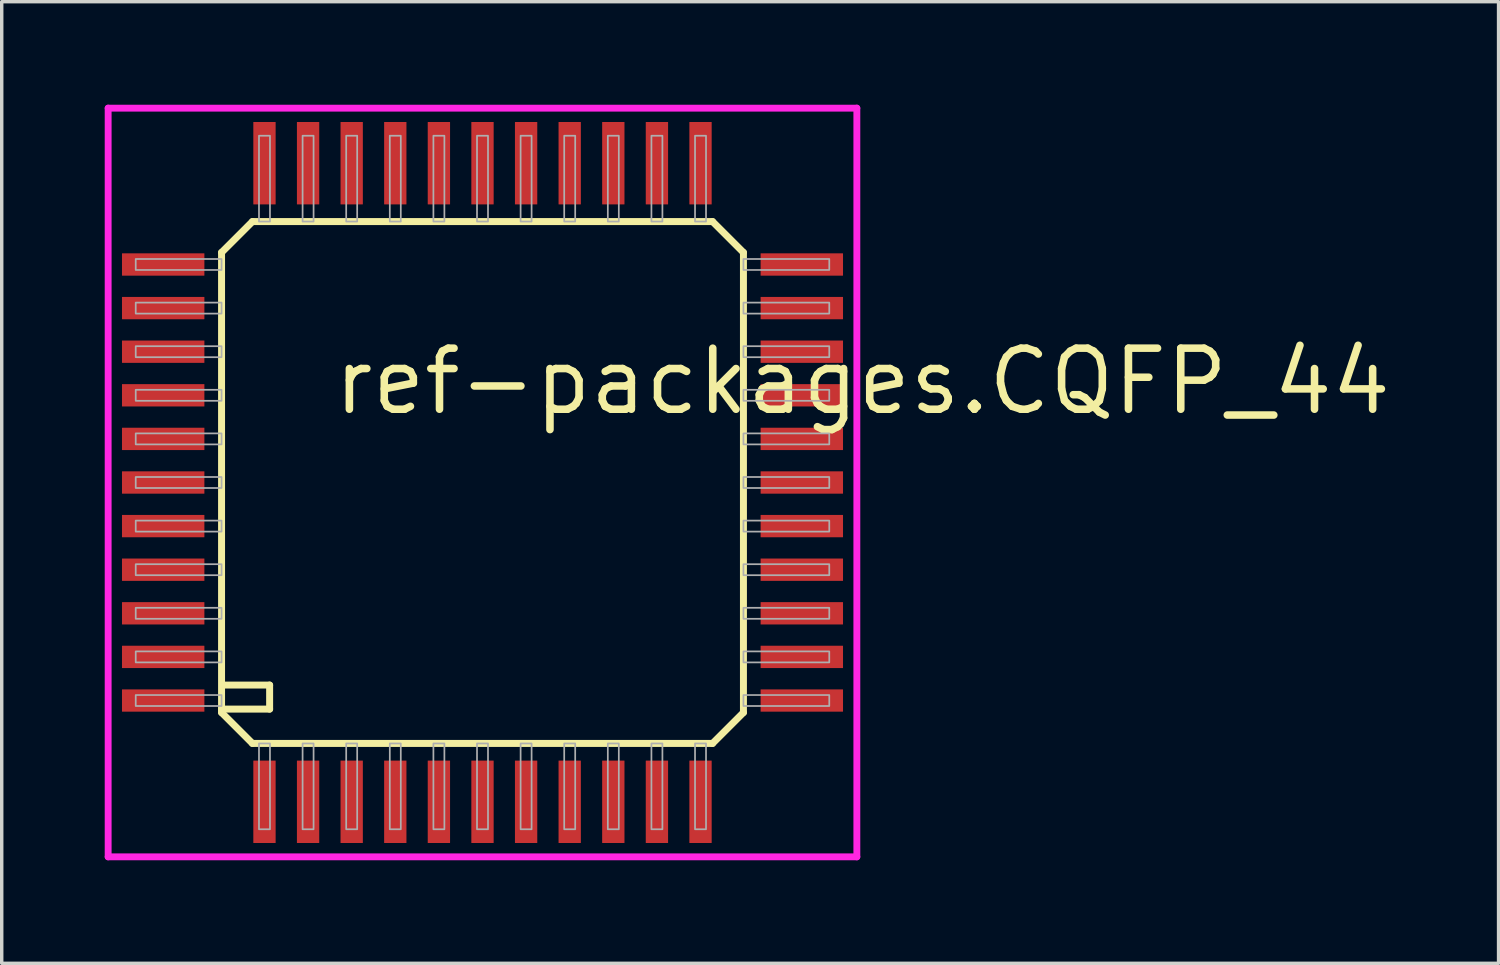
<source format=kicad_pcb>
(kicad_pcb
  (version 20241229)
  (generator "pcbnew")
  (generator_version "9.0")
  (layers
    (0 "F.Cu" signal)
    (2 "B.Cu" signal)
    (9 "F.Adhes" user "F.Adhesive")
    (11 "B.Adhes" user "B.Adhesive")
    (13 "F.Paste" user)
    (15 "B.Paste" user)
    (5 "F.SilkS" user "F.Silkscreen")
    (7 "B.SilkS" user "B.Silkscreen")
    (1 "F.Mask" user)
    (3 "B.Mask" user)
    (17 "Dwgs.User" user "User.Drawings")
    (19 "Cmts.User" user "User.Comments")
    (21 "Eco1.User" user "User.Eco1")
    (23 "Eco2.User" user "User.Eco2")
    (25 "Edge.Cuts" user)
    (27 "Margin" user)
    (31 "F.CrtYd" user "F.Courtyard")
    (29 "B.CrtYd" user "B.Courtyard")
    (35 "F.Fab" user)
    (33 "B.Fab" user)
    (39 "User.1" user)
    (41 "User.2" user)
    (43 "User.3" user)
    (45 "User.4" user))
  (footprint "ref-packages.CQFP_44"
    (layer "F.Cu")
    (at 11.003 11.003)
    (property "Reference" "ref-packages.CQFP_44" (at -4.445 -1.905 0) (layer "F.SilkS") (effects (font (size 1.778 1.778) (thickness 0.22)) (justify left bottom)))
    (attr smd)
    (fp_line (start -7.6 -6.7) (end -7.6 6.6) (stroke (width 0.203) (type default)) (layer "F.SilkS"))
    (fp_line (start -7.6 -6.7) (end -6.7 -7.6) (stroke (width 0.203) (type default)) (layer "F.SilkS"))
    (fp_line (start -7.6 6.6) (end -7.6 6.7) (stroke (width 0.203) (type default)) (layer "F.SilkS"))
    (fp_line (start -7.6 6.6) (end -6.2 6.6) (stroke (width 0.203) (type default)) (layer "F.SilkS"))
    (fp_line (start -7.6 6.7) (end -6.7 7.6) (stroke (width 0.203) (type default)) (layer "F.SilkS"))
    (fp_line (start -6.7 7.6) (end 6.7 7.6) (stroke (width 0.203) (type default)) (layer "F.SilkS"))
    (fp_line (start -6.2 5.9) (end -7.5 5.9) (stroke (width 0.203) (type default)) (layer "F.SilkS"))
    (fp_line (start -6.2 6.6) (end -6.2 5.9) (stroke (width 0.203) (type default)) (layer "F.SilkS"))
    (fp_line (start 6.7 -7.6) (end -6.7 -7.6) (stroke (width 0.203) (type default)) (layer "F.SilkS"))
    (fp_line (start 6.7 -7.6) (end 7.6 -6.7) (stroke (width 0.203) (type default)) (layer "F.SilkS"))
    (fp_line (start 6.7 7.6) (end 7.6 6.7) (stroke (width 0.203) (type default)) (layer "F.SilkS"))
    (fp_line (start 7.6 6.7) (end 7.6 -6.7) (stroke (width 0.203) (type default)) (layer "F.SilkS"))
    (fp_line (start -10.903 -10.903) (end 10.903 -10.903) (stroke (width 0.2) (type default)) (layer "F.CrtYd"))
    (fp_line (start -10.903 10.903) (end -10.903 -10.903) (stroke (width 0.2) (type default)) (layer "F.CrtYd"))
    (fp_line (start 10.903 -10.903) (end 10.903 10.903) (stroke (width 0.2) (type default)) (layer "F.CrtYd"))
    (fp_line (start 10.903 10.903) (end -10.903 10.903) (stroke (width 0.2) (type default)) (layer "F.CrtYd"))
    (fp_rect (start -10.1 -6.19) (end -7.6 -6.51) (stroke (width 0.05) (type default)) (fill no) (layer "F.Fab"))
    (fp_rect (start -10.1 -4.92) (end -7.6 -5.24) (stroke (width 0.05) (type default)) (fill no) (layer "F.Fab"))
    (fp_rect (start -10.1 -3.65) (end -7.6 -3.97) (stroke (width 0.05) (type default)) (fill no) (layer "F.Fab"))
    (fp_rect (start -10.1 -2.38) (end -7.6 -2.7) (stroke (width 0.05) (type default)) (fill no) (layer "F.Fab"))
    (fp_rect (start -10.1 -1.11) (end -7.6 -1.43) (stroke (width 0.05) (type default)) (fill no) (layer "F.Fab"))
    (fp_rect (start -10.1 0.16) (end -7.6 -0.16) (stroke (width 0.05) (type default)) (fill no) (layer "F.Fab"))
    (fp_rect (start -10.1 1.43) (end -7.6 1.11) (stroke (width 0.05) (type default)) (fill no) (layer "F.Fab"))
    (fp_rect (start -10.1 2.7) (end -7.6 2.38) (stroke (width 0.05) (type default)) (fill no) (layer "F.Fab"))
    (fp_rect (start -10.1 3.97) (end -7.6 3.65) (stroke (width 0.05) (type default)) (fill no) (layer "F.Fab"))
    (fp_rect (start -10.1 5.24) (end -7.6 4.92) (stroke (width 0.05) (type default)) (fill no) (layer "F.Fab"))
    (fp_rect (start -10.1 6.51) (end -7.6 6.19) (stroke (width 0.05) (type default)) (fill no) (layer "F.Fab"))
    (fp_rect (start -6.51 -7.6) (end -6.19 -10.1) (stroke (width 0.05) (type default)) (fill no) (layer "F.Fab"))
    (fp_rect (start -6.51 10.1) (end -6.19 7.6) (stroke (width 0.05) (type default)) (fill no) (layer "F.Fab"))
    (fp_rect (start -5.24 -7.6) (end -4.92 -10.1) (stroke (width 0.05) (type default)) (fill no) (layer "F.Fab"))
    (fp_rect (start -5.24 10.1) (end -4.92 7.6) (stroke (width 0.05) (type default)) (fill no) (layer "F.Fab"))
    (fp_rect (start -3.97 -7.6) (end -3.65 -10.1) (stroke (width 0.05) (type default)) (fill no) (layer "F.Fab"))
    (fp_rect (start -3.97 10.1) (end -3.65 7.6) (stroke (width 0.05) (type default)) (fill no) (layer "F.Fab"))
    (fp_rect (start -2.7 -7.6) (end -2.38 -10.1) (stroke (width 0.05) (type default)) (fill no) (layer "F.Fab"))
    (fp_rect (start -2.7 10.1) (end -2.38 7.6) (stroke (width 0.05) (type default)) (fill no) (layer "F.Fab"))
    (fp_rect (start -1.43 -7.6) (end -1.11 -10.1) (stroke (width 0.05) (type default)) (fill no) (layer "F.Fab"))
    (fp_rect (start -1.43 10.1) (end -1.11 7.6) (stroke (width 0.05) (type default)) (fill no) (layer "F.Fab"))
    (fp_rect (start -0.16 -7.6) (end 0.16 -10.1) (stroke (width 0.05) (type default)) (fill no) (layer "F.Fab"))
    (fp_rect (start -0.16 10.1) (end 0.16 7.6) (stroke (width 0.05) (type default)) (fill no) (layer "F.Fab"))
    (fp_rect (start 1.11 -7.6) (end 1.43 -10.1) (stroke (width 0.05) (type default)) (fill no) (layer "F.Fab"))
    (fp_rect (start 1.11 10.1) (end 1.43 7.6) (stroke (width 0.05) (type default)) (fill no) (layer "F.Fab"))
    (fp_rect (start 2.38 -7.6) (end 2.7 -10.1) (stroke (width 0.05) (type default)) (fill no) (layer "F.Fab"))
    (fp_rect (start 2.38 10.1) (end 2.7 7.6) (stroke (width 0.05) (type default)) (fill no) (layer "F.Fab"))
    (fp_rect (start 3.65 -7.6) (end 3.97 -10.1) (stroke (width 0.05) (type default)) (fill no) (layer "F.Fab"))
    (fp_rect (start 3.65 10.1) (end 3.97 7.6) (stroke (width 0.05) (type default)) (fill no) (layer "F.Fab"))
    (fp_rect (start 4.92 -7.6) (end 5.24 -10.1) (stroke (width 0.05) (type default)) (fill no) (layer "F.Fab"))
    (fp_rect (start 4.92 10.1) (end 5.24 7.6) (stroke (width 0.05) (type default)) (fill no) (layer "F.Fab"))
    (fp_rect (start 6.19 -7.6) (end 6.51 -10.1) (stroke (width 0.05) (type default)) (fill no) (layer "F.Fab"))
    (fp_rect (start 6.19 10.1) (end 6.51 7.6) (stroke (width 0.05) (type default)) (fill no) (layer "F.Fab"))
    (fp_rect (start 7.6 -6.19) (end 10.1 -6.51) (stroke (width 0.05) (type default)) (fill no) (layer "F.Fab"))
    (fp_rect (start 7.6 -4.92) (end 10.1 -5.24) (stroke (width 0.05) (type default)) (fill no) (layer "F.Fab"))
    (fp_rect (start 7.6 -3.65) (end 10.1 -3.97) (stroke (width 0.05) (type default)) (fill no) (layer "F.Fab"))
    (fp_rect (start 7.6 -2.38) (end 10.1 -2.7) (stroke (width 0.05) (type default)) (fill no) (layer "F.Fab"))
    (fp_rect (start 7.6 -1.11) (end 10.1 -1.43) (stroke (width 0.05) (type default)) (fill no) (layer "F.Fab"))
    (fp_rect (start 7.6 0.16) (end 10.1 -0.16) (stroke (width 0.05) (type default)) (fill no) (layer "F.Fab"))
    (fp_rect (start 7.6 1.43) (end 10.1 1.11) (stroke (width 0.05) (type default)) (fill no) (layer "F.Fab"))
    (fp_rect (start 7.6 2.7) (end 10.1 2.38) (stroke (width 0.05) (type default)) (fill no) (layer "F.Fab"))
    (fp_rect (start 7.6 3.97) (end 10.1 3.65) (stroke (width 0.05) (type default)) (fill no) (layer "F.Fab"))
    (fp_rect (start 7.6 5.24) (end 10.1 4.92) (stroke (width 0.05) (type default)) (fill no) (layer "F.Fab"))
    (fp_rect (start 7.6 6.51) (end 10.1 6.19) (stroke (width 0.05) (type default)) (fill no) (layer "F.Fab"))
    (pad "1" smd roundrect (at -6.35 9.3) (size 0.65 2.4) (layers "F.Cu" "F.Mask" "F.Paste") (roundrect_rratio 0.01))
    (pad "2" smd roundrect (at -5.08 9.3) (size 0.65 2.4) (layers "F.Cu" "F.Mask" "F.Paste") (roundrect_rratio 0.01))
    (pad "3" smd roundrect (at -3.81 9.3) (size 0.65 2.4) (layers "F.Cu" "F.Mask" "F.Paste") (roundrect_rratio 0.01))
    (pad "4" smd roundrect (at -2.54 9.3) (size 0.65 2.4) (layers "F.Cu" "F.Mask" "F.Paste") (roundrect_rratio 0.01))
    (pad "5" smd roundrect (at -1.27 9.3) (size 0.65 2.4) (layers "F.Cu" "F.Mask" "F.Paste") (roundrect_rratio 0.01))
    (pad "6" smd roundrect (at 0 9.3) (size 0.65 2.4) (layers "F.Cu" "F.Mask" "F.Paste") (roundrect_rratio 0.01))
    (pad "7" smd roundrect (at 1.27 9.3) (size 0.65 2.4) (layers "F.Cu" "F.Mask" "F.Paste") (roundrect_rratio 0.01))
    (pad "8" smd roundrect (at 2.54 9.3) (size 0.65 2.4) (layers "F.Cu" "F.Mask" "F.Paste") (roundrect_rratio 0.01))
    (pad "9" smd roundrect (at 3.81 9.3) (size 0.65 2.4) (layers "F.Cu" "F.Mask" "F.Paste") (roundrect_rratio 0.01))
    (pad "10" smd roundrect (at 5.08 9.3) (size 0.65 2.4) (layers "F.Cu" "F.Mask" "F.Paste") (roundrect_rratio 0.01))
    (pad "11" smd roundrect (at 6.35 9.3) (size 0.65 2.4) (layers "F.Cu" "F.Mask" "F.Paste") (roundrect_rratio 0.01))
    (pad "12" smd roundrect (at 9.3 6.35) (size 2.4 0.65) (layers "F.Cu" "F.Mask" "F.Paste") (roundrect_rratio 0.01))
    (pad "13" smd roundrect (at 9.3 5.08) (size 2.4 0.65) (layers "F.Cu" "F.Mask" "F.Paste") (roundrect_rratio 0.01))
    (pad "14" smd roundrect (at 9.3 3.81) (size 2.4 0.65) (layers "F.Cu" "F.Mask" "F.Paste") (roundrect_rratio 0.01))
    (pad "15" smd roundrect (at 9.3 2.54) (size 2.4 0.65) (layers "F.Cu" "F.Mask" "F.Paste") (roundrect_rratio 0.01))
    (pad "16" smd roundrect (at 9.3 1.27) (size 2.4 0.65) (layers "F.Cu" "F.Mask" "F.Paste") (roundrect_rratio 0.01))
    (pad "17" smd roundrect (at 9.3 0) (size 2.4 0.65) (layers "F.Cu" "F.Mask" "F.Paste") (roundrect_rratio 0.01))
    (pad "18" smd roundrect (at 9.3 -1.27) (size 2.4 0.65) (layers "F.Cu" "F.Mask" "F.Paste") (roundrect_rratio 0.01))
    (pad "19" smd roundrect (at 9.3 -2.54) (size 2.4 0.65) (layers "F.Cu" "F.Mask" "F.Paste") (roundrect_rratio 0.01))
    (pad "20" smd roundrect (at 9.3 -3.81) (size 2.4 0.65) (layers "F.Cu" "F.Mask" "F.Paste") (roundrect_rratio 0.01))
    (pad "21" smd roundrect (at 9.3 -5.08) (size 2.4 0.65) (layers "F.Cu" "F.Mask" "F.Paste") (roundrect_rratio 0.01))
    (pad "22" smd roundrect (at 9.3 -6.35) (size 2.4 0.65) (layers "F.Cu" "F.Mask" "F.Paste") (roundrect_rratio 0.01))
    (pad "23" smd roundrect (at 6.35 -9.3) (size 0.65 2.4) (layers "F.Cu" "F.Mask" "F.Paste") (roundrect_rratio 0.01))
    (pad "24" smd roundrect (at 5.08 -9.3) (size 0.65 2.4) (layers "F.Cu" "F.Mask" "F.Paste") (roundrect_rratio 0.01))
    (pad "25" smd roundrect (at 3.81 -9.3) (size 0.65 2.4) (layers "F.Cu" "F.Mask" "F.Paste") (roundrect_rratio 0.01))
    (pad "26" smd roundrect (at 2.54 -9.3) (size 0.65 2.4) (layers "F.Cu" "F.Mask" "F.Paste") (roundrect_rratio 0.01))
    (pad "27" smd roundrect (at 1.27 -9.3) (size 0.65 2.4) (layers "F.Cu" "F.Mask" "F.Paste") (roundrect_rratio 0.01))
    (pad "28" smd roundrect (at 0 -9.3) (size 0.65 2.4) (layers "F.Cu" "F.Mask" "F.Paste") (roundrect_rratio 0.01))
    (pad "29" smd roundrect (at -1.27 -9.3) (size 0.65 2.4) (layers "F.Cu" "F.Mask" "F.Paste") (roundrect_rratio 0.01))
    (pad "30" smd roundrect (at -2.54 -9.3) (size 0.65 2.4) (layers "F.Cu" "F.Mask" "F.Paste") (roundrect_rratio 0.01))
    (pad "31" smd roundrect (at -3.81 -9.3) (size 0.65 2.4) (layers "F.Cu" "F.Mask" "F.Paste") (roundrect_rratio 0.01))
    (pad "32" smd roundrect (at -5.08 -9.3) (size 0.65 2.4) (layers "F.Cu" "F.Mask" "F.Paste") (roundrect_rratio 0.01))
    (pad "33" smd roundrect (at -6.35 -9.3) (size 0.65 2.4) (layers "F.Cu" "F.Mask" "F.Paste") (roundrect_rratio 0.01))
    (pad "34" smd roundrect (at -9.3 -6.35) (size 2.4 0.65) (layers "F.Cu" "F.Mask" "F.Paste") (roundrect_rratio 0.01))
    (pad "35" smd roundrect (at -9.3 -5.08) (size 2.4 0.65) (layers "F.Cu" "F.Mask" "F.Paste") (roundrect_rratio 0.01))
    (pad "36" smd roundrect (at -9.3 -3.81) (size 2.4 0.65) (layers "F.Cu" "F.Mask" "F.Paste") (roundrect_rratio 0.01))
    (pad "37" smd roundrect (at -9.3 -2.54) (size 2.4 0.65) (layers "F.Cu" "F.Mask" "F.Paste") (roundrect_rratio 0.01))
    (pad "38" smd roundrect (at -9.3 -1.27) (size 2.4 0.65) (layers "F.Cu" "F.Mask" "F.Paste") (roundrect_rratio 0.01))
    (pad "39" smd roundrect (at -9.3 0) (size 2.4 0.65) (layers "F.Cu" "F.Mask" "F.Paste") (roundrect_rratio 0.01))
    (pad "40" smd roundrect (at -9.3 1.27) (size 2.4 0.65) (layers "F.Cu" "F.Mask" "F.Paste") (roundrect_rratio 0.01))
    (pad "41" smd roundrect (at -9.3 2.54) (size 2.4 0.65) (layers "F.Cu" "F.Mask" "F.Paste") (roundrect_rratio 0.01))
    (pad "42" smd roundrect (at -9.3 3.81) (size 2.4 0.65) (layers "F.Cu" "F.Mask" "F.Paste") (roundrect_rratio 0.01))
    (pad "43" smd roundrect (at -9.3 5.08) (size 2.4 0.65) (layers "F.Cu" "F.Mask" "F.Paste") (roundrect_rratio 0.01))
    (pad "44" smd roundrect (at -9.3 6.35) (size 2.4 0.65) (layers "F.Cu" "F.Mask" "F.Paste") (roundrect_rratio 0.01)))
  (gr_rect
    (start -3 -3)
    (end 40.596 25.006)
    (stroke (width 0.1) (type default))
    (fill no)
    (layer "Edge.Cuts")))
</source>
